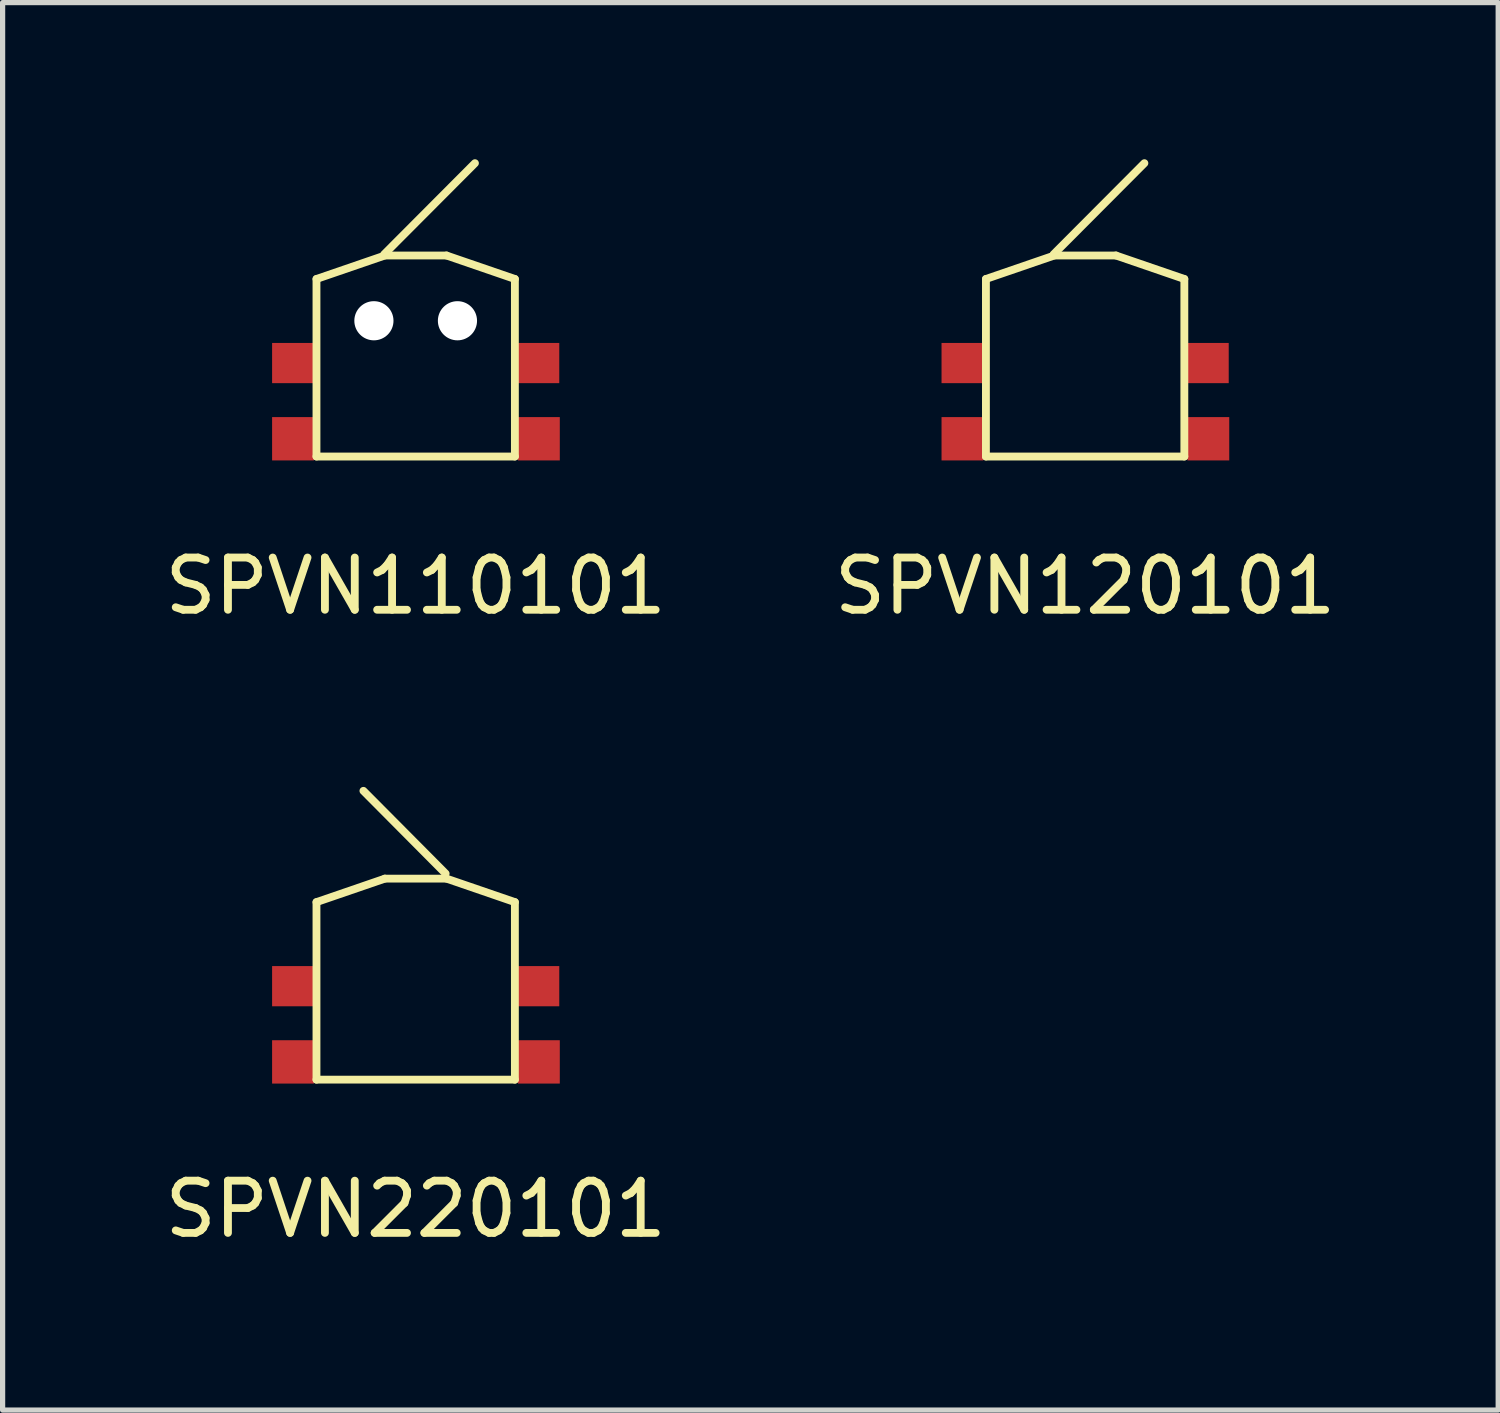
<source format=kicad_pcb>
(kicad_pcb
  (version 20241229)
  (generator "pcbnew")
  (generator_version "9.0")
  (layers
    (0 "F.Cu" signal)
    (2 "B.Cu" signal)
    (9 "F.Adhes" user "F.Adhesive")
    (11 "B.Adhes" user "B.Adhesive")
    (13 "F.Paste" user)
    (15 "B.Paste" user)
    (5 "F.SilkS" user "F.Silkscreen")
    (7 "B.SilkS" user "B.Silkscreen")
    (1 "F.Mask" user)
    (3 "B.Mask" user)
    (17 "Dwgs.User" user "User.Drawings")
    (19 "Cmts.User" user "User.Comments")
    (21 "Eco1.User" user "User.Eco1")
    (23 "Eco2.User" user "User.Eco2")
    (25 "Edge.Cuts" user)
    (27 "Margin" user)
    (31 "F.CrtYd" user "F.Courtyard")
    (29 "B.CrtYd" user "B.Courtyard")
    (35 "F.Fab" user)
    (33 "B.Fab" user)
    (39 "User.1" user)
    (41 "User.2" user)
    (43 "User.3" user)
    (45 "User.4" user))
  (footprint "SPVN220101"
    (layer "F.Cu")
    (at 4.911 15.027)
    (property "Reference" "SPVN220101" (at 0 5.08 0) (layer "F.SilkS") (effects (font (size 1 1) (thickness 0.15))))
    (attr through_hole)
    (fp_line (start -1.9 -0.8) (end -1.9 2.6) (stroke (width 0.15) (type solid)) (layer "F.SilkS"))
    (fp_line (start -1.9 -0.8) (end -0.59 -1.25) (stroke (width 0.15) (type solid)) (layer "F.SilkS"))
    (fp_line (start -1.9 2.6) (end 1.9 2.6) (stroke (width 0.15) (type solid)) (layer "F.SilkS"))
    (fp_line (start 0.574 -1.346) (end -1.001 -2.931) (stroke (width 0.15) (type solid)) (layer "F.SilkS"))
    (fp_line (start 0.59 -1.25) (end -0.59 -1.25) (stroke (width 0.15) (type solid)) (layer "F.SilkS"))
    (fp_line (start 0.59 -1.25) (end 1.9 -0.8) (stroke (width 0.15) (type solid)) (layer "F.SilkS"))
    (fp_line (start 1.9 2.6) (end 1.9 -0.8) (stroke (width 0.15) (type solid)) (layer "F.SilkS"))
    (pad "1" smd rect (at -2.35 0.81) (size 0.8 0.77) (layers "F.Cu" "F.Mask" "F.Paste"))
    (pad "2" smd rect (at -2.35 2.26) (size 0.8 0.83) (layers "F.Cu" "F.Mask" "F.Paste"))
    (pad "3" smd rect (at 2.35 0.81) (size 0.8 0.77) (layers "F.Cu" "F.Mask" "F.Paste"))
    (pad "4" smd rect (at 2.36 2.26) (size 0.8 0.83) (layers "F.Cu" "F.Mask" "F.Paste")))
  (footprint "SPVN110101"
    (layer "F.Cu")
    (at 4.911 3.093)
    (property "Reference" "SPVN110101" (at 0 5.08 0) (layer "F.SilkS") (effects (font (size 1 1) (thickness 0.15))))
    (attr through_hole)
    (fp_line (start -1.9 -0.8) (end -1.9 2.6) (stroke (width 0.15) (type solid)) (layer "F.SilkS"))
    (fp_line (start -1.9 -0.8) (end -0.59 -1.25) (stroke (width 0.15) (type solid)) (layer "F.SilkS"))
    (fp_line (start -1.9 2.6) (end 1.9 2.6) (stroke (width 0.15) (type solid)) (layer "F.SilkS"))
    (fp_line (start -0.602 -1.275) (end 1.135 -3.018) (stroke (width 0.15) (type solid)) (layer "F.SilkS"))
    (fp_line (start 0.59 -1.25) (end -0.59 -1.25) (stroke (width 0.15) (type solid)) (layer "F.SilkS"))
    (fp_line (start 0.59 -1.25) (end 1.9 -0.8) (stroke (width 0.15) (type solid)) (layer "F.SilkS"))
    (fp_line (start 1.9 2.6) (end 1.9 -0.8) (stroke (width 0.15) (type solid)) (layer "F.SilkS"))
    (pad "" np_thru_hole circle (at -0.8 0) (size 0.75 0.75) (drill 0.75) (layers "*.Cu"))
    (pad "" np_thru_hole circle (at 0.8 0) (size 0.75 0.75) (drill 0.75) (layers "*.Cu"))
    (pad "1" smd rect (at -2.35 0.81) (size 0.8 0.77) (layers "F.Cu" "F.Mask" "F.Paste"))
    (pad "2" smd rect (at -2.35 2.26) (size 0.8 0.83) (layers "F.Cu" "F.Mask" "F.Paste"))
    (pad "3" smd rect (at 2.35 0.81) (size 0.8 0.77) (layers "F.Cu" "F.Mask" "F.Paste"))
    (pad "4" smd rect (at 2.36 2.26) (size 0.8 0.83) (layers "F.Cu" "F.Mask" "F.Paste")))
  (footprint "SPVN120101"
    (layer "F.Cu")
    (at 17.732 3.093)
    (property "Reference" "SPVN120101" (at 0 5.08 0) (layer "F.SilkS") (effects (font (size 1 1) (thickness 0.15))))
    (attr through_hole)
    (fp_line (start -1.9 -0.8) (end -1.9 2.6) (stroke (width 0.15) (type solid)) (layer "F.SilkS"))
    (fp_line (start -1.9 -0.8) (end -0.59 -1.25) (stroke (width 0.15) (type solid)) (layer "F.SilkS"))
    (fp_line (start -1.9 2.6) (end 1.9 2.6) (stroke (width 0.15) (type solid)) (layer "F.SilkS"))
    (fp_line (start -0.602 -1.275) (end 1.135 -3.018) (stroke (width 0.15) (type solid)) (layer "F.SilkS"))
    (fp_line (start 0.59 -1.25) (end -0.59 -1.25) (stroke (width 0.15) (type solid)) (layer "F.SilkS"))
    (fp_line (start 0.59 -1.25) (end 1.9 -0.8) (stroke (width 0.15) (type solid)) (layer "F.SilkS"))
    (fp_line (start 1.9 2.6) (end 1.9 -0.8) (stroke (width 0.15) (type solid)) (layer "F.SilkS"))
    (pad "1" smd rect (at -2.35 0.81) (size 0.8 0.77) (layers "F.Cu" "F.Mask" "F.Paste"))
    (pad "2" smd rect (at -2.35 2.26) (size 0.8 0.83) (layers "F.Cu" "F.Mask" "F.Paste"))
    (pad "3" smd rect (at 2.35 0.81) (size 0.8 0.77) (layers "F.Cu" "F.Mask" "F.Paste"))
    (pad "4" smd rect (at 2.36 2.26) (size 0.8 0.83) (layers "F.Cu" "F.Mask" "F.Paste")))
  (gr_rect
    (start -3 -3)
    (end 25.643 23.955)
    (stroke (width 0.1) (type default))
    (fill no)
    (layer "Edge.Cuts")))
</source>
